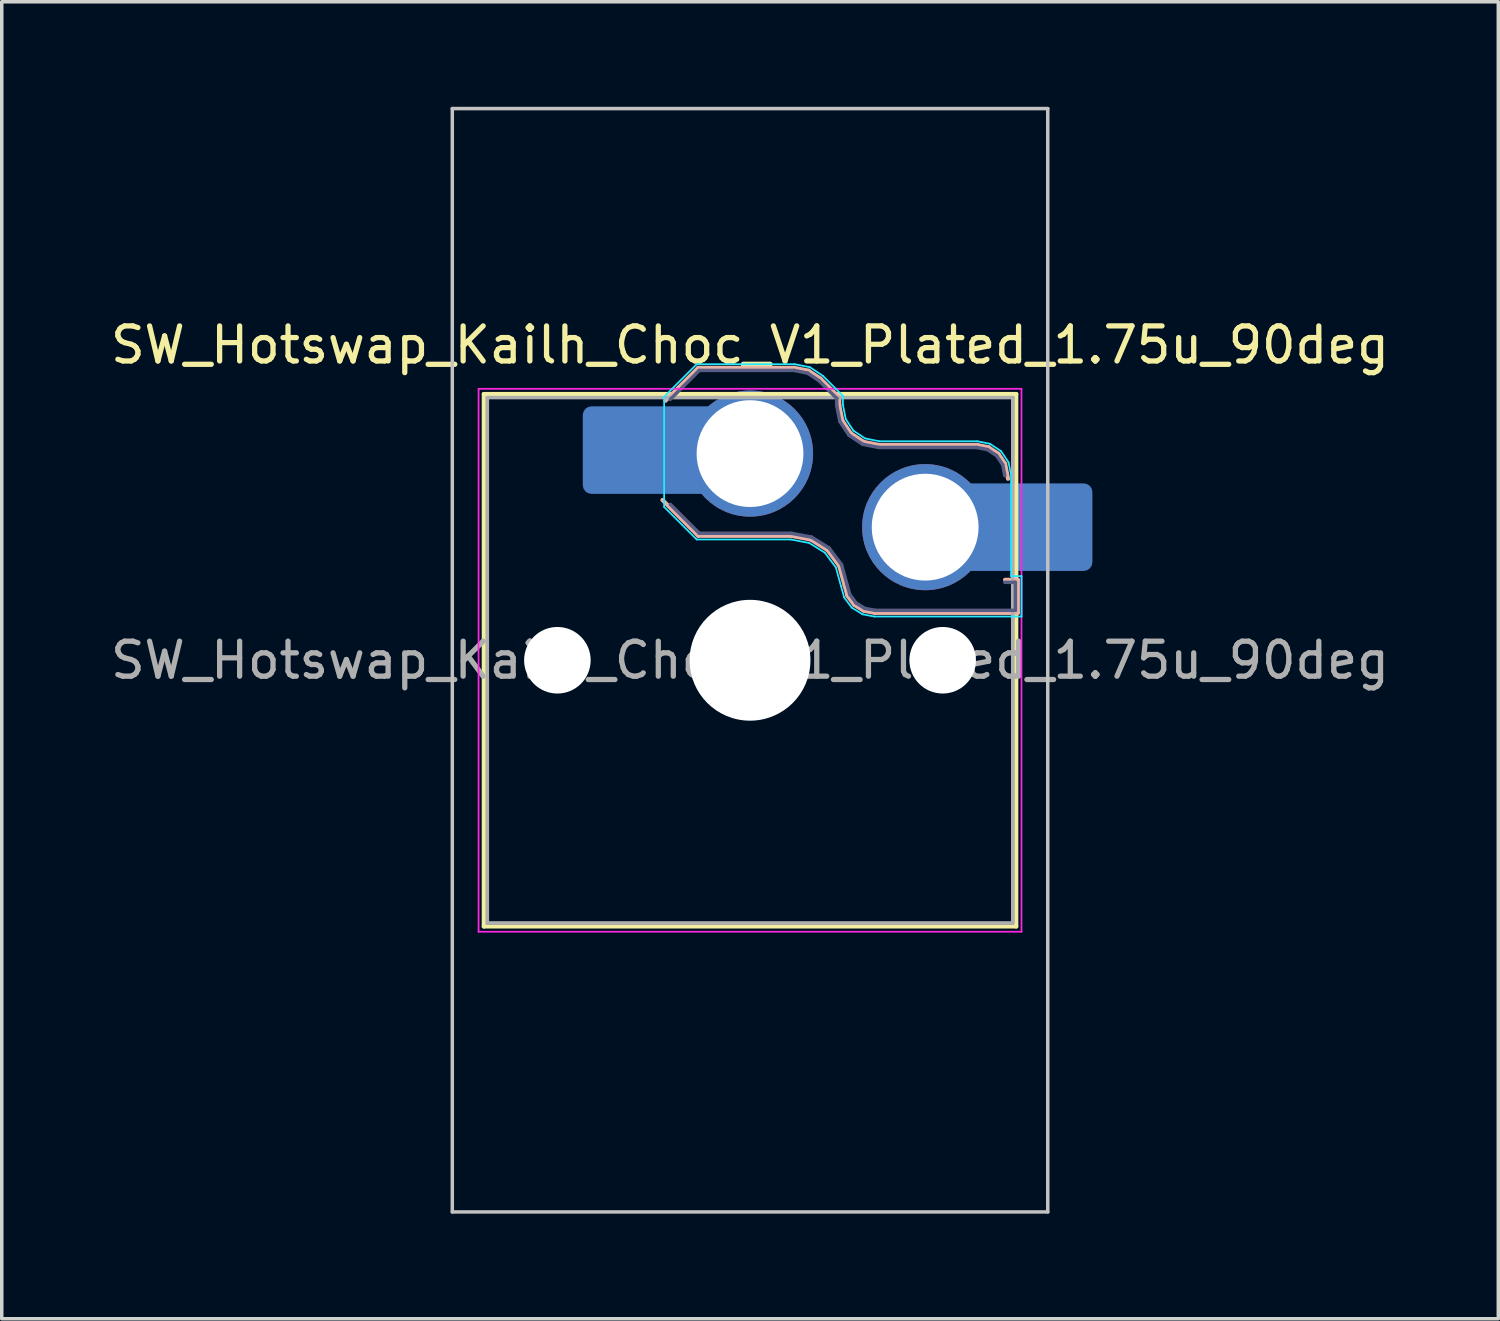
<source format=kicad_pcb>
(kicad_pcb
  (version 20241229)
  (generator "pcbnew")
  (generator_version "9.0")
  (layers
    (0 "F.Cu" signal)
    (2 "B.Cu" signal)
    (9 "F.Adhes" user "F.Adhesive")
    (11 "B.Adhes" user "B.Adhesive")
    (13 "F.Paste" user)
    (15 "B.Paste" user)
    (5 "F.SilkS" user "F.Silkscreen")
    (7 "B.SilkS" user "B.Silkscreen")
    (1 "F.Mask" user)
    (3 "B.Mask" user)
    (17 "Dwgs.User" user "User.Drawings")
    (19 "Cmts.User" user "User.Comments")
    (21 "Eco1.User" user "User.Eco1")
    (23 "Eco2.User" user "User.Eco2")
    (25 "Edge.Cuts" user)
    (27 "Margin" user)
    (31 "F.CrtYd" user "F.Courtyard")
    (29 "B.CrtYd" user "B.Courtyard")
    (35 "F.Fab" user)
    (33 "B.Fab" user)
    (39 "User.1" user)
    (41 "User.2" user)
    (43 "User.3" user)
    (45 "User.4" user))
  (footprint "SW_Hotswap_Kailh_Choc_V1_Plated_1.75u_90deg"
    (layer "F.Cu")
    (at 18.363 15.8)
    (property "Reference" "SW_Hotswap_Kailh_Choc_V1_Plated_1.75u_90deg" (at 0 -9 0) (layer "F.SilkS") (effects (font (size 1 1) (thickness 0.15))))
    (attr smd)
    (fp_line (start -7.6 -7.6) (end -7.6 7.6) (stroke (width 0.12) (type solid)) (layer "F.SilkS"))
    (fp_line (start -7.6 7.6) (end 7.6 7.6) (stroke (width 0.12) (type solid)) (layer "F.SilkS"))
    (fp_line (start 7.6 -7.6) (end -7.6 -7.6) (stroke (width 0.12) (type solid)) (layer "F.SilkS"))
    (fp_line (start 7.6 7.6) (end 7.6 -7.6) (stroke (width 0.12) (type solid)) (layer "F.SilkS"))
    (fp_line (start -2.416 -7.409) (end -1.479 -8.346) (stroke (width 0.12) (type solid)) (layer "B.SilkS"))
    (fp_line (start -1.479 -8.346) (end 1.268 -8.346) (stroke (width 0.12) (type solid)) (layer "B.SilkS"))
    (fp_line (start -1.479 -3.554) (end -2.5 -4.575) (stroke (width 0.12) (type solid)) (layer "B.SilkS"))
    (fp_line (start 1.168 -3.554) (end -1.479 -3.554) (stroke (width 0.12) (type solid)) (layer "B.SilkS"))
    (fp_line (start 1.268 -8.346) (end 1.671 -8.266) (stroke (width 0.12) (type solid)) (layer "B.SilkS"))
    (fp_line (start 1.671 -8.266) (end 2.013 -8.037) (stroke (width 0.12) (type solid)) (layer "B.SilkS"))
    (fp_line (start 1.73 -3.449) (end 1.168 -3.554) (stroke (width 0.12) (type solid)) (layer "B.SilkS"))
    (fp_line (start 2.013 -8.037) (end 2.546 -7.504) (stroke (width 0.12) (type solid)) (layer "B.SilkS"))
    (fp_line (start 2.209 -3.15) (end 1.73 -3.449) (stroke (width 0.12) (type solid)) (layer "B.SilkS"))
    (fp_line (start 2.546 -7.504) (end 2.546 -7.282) (stroke (width 0.12) (type solid)) (layer "B.SilkS"))
    (fp_line (start 2.546 -7.282) (end 2.633 -6.844) (stroke (width 0.12) (type solid)) (layer "B.SilkS"))
    (fp_line (start 2.547 -2.697) (end 2.209 -3.15) (stroke (width 0.12) (type solid)) (layer "B.SilkS"))
    (fp_line (start 2.633 -6.844) (end 2.877 -6.477) (stroke (width 0.12) (type solid)) (layer "B.SilkS"))
    (fp_line (start 2.701 -2.139) (end 2.547 -2.697) (stroke (width 0.12) (type solid)) (layer "B.SilkS"))
    (fp_line (start 2.783 -1.841) (end 2.701 -2.139) (stroke (width 0.12) (type solid)) (layer "B.SilkS"))
    (fp_line (start 2.877 -6.477) (end 3.244 -6.233) (stroke (width 0.12) (type solid)) (layer "B.SilkS"))
    (fp_line (start 2.976 -1.583) (end 2.783 -1.841) (stroke (width 0.12) (type solid)) (layer "B.SilkS"))
    (fp_line (start 3.244 -6.233) (end 3.682 -6.146) (stroke (width 0.12) (type solid)) (layer "B.SilkS"))
    (fp_line (start 3.25 -1.413) (end 2.976 -1.583) (stroke (width 0.12) (type solid)) (layer "B.SilkS"))
    (fp_line (start 3.56 -1.354) (end 3.25 -1.413) (stroke (width 0.12) (type solid)) (layer "B.SilkS"))
    (fp_line (start 3.682 -6.146) (end 6.482 -6.146) (stroke (width 0.12) (type solid)) (layer "B.SilkS"))
    (fp_line (start 6.482 -6.146) (end 6.809 -6.081) (stroke (width 0.12) (type solid)) (layer "B.SilkS"))
    (fp_line (start 6.809 -6.081) (end 7.092 -5.892) (stroke (width 0.12) (type solid)) (layer "B.SilkS"))
    (fp_line (start 7.092 -5.892) (end 7.281 -5.609) (stroke (width 0.12) (type solid)) (layer "B.SilkS"))
    (fp_line (start 7.281 -5.609) (end 7.366 -5.182) (stroke (width 0.12) (type solid)) (layer "B.SilkS"))
    (fp_line (start 7.283 -2.296) (end 7.646 -2.296) (stroke (width 0.12) (type solid)) (layer "B.SilkS"))
    (fp_line (start 7.646 -2.296) (end 7.646 -1.354) (stroke (width 0.12) (type solid)) (layer "B.SilkS"))
    (fp_line (start 7.646 -1.354) (end 3.56 -1.354) (stroke (width 0.12) (type solid)) (layer "B.SilkS"))
    (fp_line (start -8.5 -15.75) (end 8.5 -15.75) (stroke (width 0.1) (type solid)) (layer "Dwgs.User"))
    (fp_line (start -8.5 15.75) (end -8.5 -15.75) (stroke (width 0.1) (type solid)) (layer "Dwgs.User"))
    (fp_line (start 8.5 -15.75) (end 8.5 15.75) (stroke (width 0.1) (type solid)) (layer "Dwgs.User"))
    (fp_line (start 8.5 15.75) (end -8.5 15.75) (stroke (width 0.1) (type solid)) (layer "Dwgs.User"))
    (fp_line (start -7.25 -7.25) (end -7.25 7.25) (stroke (width 0.1) (type solid)) (layer "Eco1.User"))
    (fp_line (start -7.25 7.25) (end 7.25 7.25) (stroke (width 0.1) (type solid)) (layer "Eco1.User"))
    (fp_line (start 7.25 -7.25) (end -7.25 -7.25) (stroke (width 0.1) (type solid)) (layer "Eco1.User"))
    (fp_line (start 7.25 7.25) (end 7.25 -7.25) (stroke (width 0.1) (type solid)) (layer "Eco1.User"))
    (fp_line (start -2.452 -7.523) (end -1.523 -8.452) (stroke (width 0.05) (type solid)) (layer "B.CrtYd"))
    (fp_line (start -2.452 -4.377) (end -2.452 -7.523) (stroke (width 0.05) (type solid)) (layer "B.CrtYd"))
    (fp_line (start -1.523 -8.452) (end 1.278 -8.452) (stroke (width 0.05) (type solid)) (layer "B.CrtYd"))
    (fp_line (start -1.523 -3.448) (end -2.452 -4.377) (stroke (width 0.05) (type solid)) (layer "B.CrtYd"))
    (fp_line (start 1.159 -3.448) (end -1.523 -3.448) (stroke (width 0.05) (type solid)) (layer "B.CrtYd"))
    (fp_line (start 1.278 -8.452) (end 1.712 -8.366) (stroke (width 0.05) (type solid)) (layer "B.CrtYd"))
    (fp_line (start 1.691 -3.348) (end 1.159 -3.448) (stroke (width 0.05) (type solid)) (layer "B.CrtYd"))
    (fp_line (start 1.712 -8.366) (end 2.081 -8.119) (stroke (width 0.05) (type solid)) (layer "B.CrtYd"))
    (fp_line (start 2.081 -8.119) (end 2.652 -7.548) (stroke (width 0.05) (type solid)) (layer "B.CrtYd"))
    (fp_line (start 2.136 -3.071) (end 1.691 -3.348) (stroke (width 0.05) (type solid)) (layer "B.CrtYd"))
    (fp_line (start 2.45 -2.65) (end 2.136 -3.071) (stroke (width 0.05) (type solid)) (layer "B.CrtYd"))
    (fp_line (start 2.599 -2.111) (end 2.45 -2.65) (stroke (width 0.05) (type solid)) (layer "B.CrtYd"))
    (fp_line (start 2.652 -7.548) (end 2.652 -7.292) (stroke (width 0.05) (type solid)) (layer "B.CrtYd"))
    (fp_line (start 2.652 -7.292) (end 2.733 -6.885) (stroke (width 0.05) (type solid)) (layer "B.CrtYd"))
    (fp_line (start 2.687 -1.794) (end 2.599 -2.111) (stroke (width 0.05) (type solid)) (layer "B.CrtYd"))
    (fp_line (start 2.733 -6.885) (end 2.953 -6.553) (stroke (width 0.05) (type solid)) (layer "B.CrtYd"))
    (fp_line (start 2.903 -1.503) (end 2.687 -1.794) (stroke (width 0.05) (type solid)) (layer "B.CrtYd"))
    (fp_line (start 2.953 -6.553) (end 3.285 -6.333) (stroke (width 0.05) (type solid)) (layer "B.CrtYd"))
    (fp_line (start 3.211 -1.312) (end 2.903 -1.503) (stroke (width 0.05) (type solid)) (layer "B.CrtYd"))
    (fp_line (start 3.285 -6.333) (end 3.692 -6.252) (stroke (width 0.05) (type solid)) (layer "B.CrtYd"))
    (fp_line (start 3.55 -1.248) (end 3.211 -1.312) (stroke (width 0.05) (type solid)) (layer "B.CrtYd"))
    (fp_line (start 3.692 -6.252) (end 6.492 -6.252) (stroke (width 0.05) (type solid)) (layer "B.CrtYd"))
    (fp_line (start 6.492 -6.252) (end 6.85 -6.181) (stroke (width 0.05) (type solid)) (layer "B.CrtYd"))
    (fp_line (start 6.85 -6.181) (end 7.168 -5.968) (stroke (width 0.05) (type solid)) (layer "B.CrtYd"))
    (fp_line (start 7.168 -5.968) (end 7.381 -5.65) (stroke (width 0.05) (type solid)) (layer "B.CrtYd"))
    (fp_line (start 7.381 -5.65) (end 7.452 -5.292) (stroke (width 0.05) (type solid)) (layer "B.CrtYd"))
    (fp_line (start 7.452 -5.292) (end 7.452 -2.402) (stroke (width 0.05) (type solid)) (layer "B.CrtYd"))
    (fp_line (start 7.452 -2.402) (end 7.752 -2.402) (stroke (width 0.05) (type solid)) (layer "B.CrtYd"))
    (fp_line (start 7.752 -2.402) (end 7.752 -1.248) (stroke (width 0.05) (type solid)) (layer "B.CrtYd"))
    (fp_line (start 7.752 -1.248) (end 3.55 -1.248) (stroke (width 0.05) (type solid)) (layer "B.CrtYd"))
    (fp_line (start -7.75 -7.75) (end -7.75 7.75) (stroke (width 0.05) (type solid)) (layer "F.CrtYd"))
    (fp_line (start -7.75 7.75) (end 7.75 7.75) (stroke (width 0.05) (type solid)) (layer "F.CrtYd"))
    (fp_line (start 7.75 -7.75) (end -7.75 -7.75) (stroke (width 0.05) (type solid)) (layer "F.CrtYd"))
    (fp_line (start 7.75 7.75) (end 7.75 -7.75) (stroke (width 0.05) (type solid)) (layer "F.CrtYd"))
    (fp_line (start -2.275 -7.45) (end -1.45 -8.275) (stroke (width 0.1) (type solid)) (layer "B.Fab"))
    (fp_line (start -1.45 -8.275) (end 1.261 -8.275) (stroke (width 0.1) (type solid)) (layer "B.Fab"))
    (fp_line (start -1.45 -3.625) (end -2.275 -4.45) (stroke (width 0.1) (type solid)) (layer "B.Fab"))
    (fp_line (start 1.175 -3.625) (end -1.45 -3.625) (stroke (width 0.1) (type solid)) (layer "B.Fab"))
    (fp_line (start 1.261 -8.275) (end 1.643 -8.199) (stroke (width 0.1) (type solid)) (layer "B.Fab"))
    (fp_line (start 1.643 -8.199) (end 1.968 -7.982) (stroke (width 0.1) (type solid)) (layer "B.Fab"))
    (fp_line (start 1.756 -3.516) (end 1.175 -3.625) (stroke (width 0.1) (type solid)) (layer "B.Fab"))
    (fp_line (start 1.968 -7.982) (end 2.475 -7.475) (stroke (width 0.1) (type solid)) (layer "B.Fab"))
    (fp_line (start 2.258 -3.203) (end 1.756 -3.516) (stroke (width 0.1) (type solid)) (layer "B.Fab"))
    (fp_line (start 2.475 -7.475) (end 2.475 -7.275) (stroke (width 0.1) (type solid)) (layer "B.Fab"))
    (fp_line (start 2.475 -7.275) (end 2.566 -6.816) (stroke (width 0.1) (type solid)) (layer "B.Fab"))
    (fp_line (start 2.566 -6.816) (end 2.826 -6.426) (stroke (width 0.1) (type solid)) (layer "B.Fab"))
    (fp_line (start 2.612 -2.729) (end 2.258 -3.203) (stroke (width 0.1) (type solid)) (layer "B.Fab"))
    (fp_line (start 2.769 -2.158) (end 2.612 -2.729) (stroke (width 0.1) (type solid)) (layer "B.Fab"))
    (fp_line (start 2.826 -6.426) (end 3.216 -6.166) (stroke (width 0.1) (type solid)) (layer "B.Fab"))
    (fp_line (start 2.848 -1.873) (end 2.769 -2.158) (stroke (width 0.1) (type solid)) (layer "B.Fab"))
    (fp_line (start 3.025 -1.636) (end 2.848 -1.873) (stroke (width 0.1) (type solid)) (layer "B.Fab"))
    (fp_line (start 3.216 -6.166) (end 3.675 -6.075) (stroke (width 0.1) (type solid)) (layer "B.Fab"))
    (fp_line (start 3.276 -1.48) (end 3.025 -1.636) (stroke (width 0.1) (type solid)) (layer "B.Fab"))
    (fp_line (start 3.567 -1.425) (end 3.276 -1.48) (stroke (width 0.1) (type solid)) (layer "B.Fab"))
    (fp_line (start 3.675 -6.075) (end 6.475 -6.075) (stroke (width 0.1) (type solid)) (layer "B.Fab"))
    (fp_line (start 6.475 -6.075) (end 6.781 -6.014) (stroke (width 0.1) (type solid)) (layer "B.Fab"))
    (fp_line (start 6.781 -6.014) (end 7.041 -5.841) (stroke (width 0.1) (type solid)) (layer "B.Fab"))
    (fp_line (start 7.041 -5.841) (end 7.214 -5.581) (stroke (width 0.1) (type solid)) (layer "B.Fab"))
    (fp_line (start 7.214 -5.581) (end 7.275 -5.275) (stroke (width 0.1) (type solid)) (layer "B.Fab"))
    (fp_line (start 7.275 -2.225) (end 7.575 -2.225) (stroke (width 0.1) (type solid)) (layer "B.Fab"))
    (fp_line (start 7.575 -2.225) (end 7.575 -1.425) (stroke (width 0.1) (type solid)) (layer "B.Fab"))
    (fp_line (start 7.575 -1.425) (end 3.567 -1.425) (stroke (width 0.1) (type solid)) (layer "B.Fab"))
    (fp_line (start -7.5 -7.5) (end -7.5 7.5) (stroke (width 0.1) (type solid)) (layer "F.Fab"))
    (fp_line (start -7.5 7.5) (end 7.5 7.5) (stroke (width 0.1) (type solid)) (layer "F.Fab"))
    (fp_line (start 7.5 -7.5) (end -7.5 -7.5) (stroke (width 0.1) (type solid)) (layer "F.Fab"))
    (fp_line (start 7.5 7.5) (end 7.5 -7.5) (stroke (width 0.1) (type solid)) (layer "F.Fab"))
    (fp_text user "${REFERENCE}" (at 0 0 0) (layer "F.Fab") (effects (font (size 1 1) (thickness 0.15))))
    (pad "" np_thru_hole circle (at -5.5 0) (size 1.9 1.9) (drill 1.9) (layers "*.Cu" "*.Mask"))
    (pad "" smd roundrect (at -3.5 -6) (size 2.55 2.5) (layers "B.Mask" "B.Paste") (roundrect_rratio 0.1))
    (pad "" np_thru_hole circle (at 0 0) (size 3.45 3.45) (drill 3.45) (layers "*.Cu" "*.Mask"))
    (pad "" np_thru_hole circle (at 5.5 0) (size 1.9 1.9) (drill 1.9) (layers "*.Cu" "*.Mask"))
    (pad "" smd roundrect (at 8.5 -3.8) (size 2.55 2.5) (layers "B.Mask" "B.Paste") (roundrect_rratio 0.1))
    (pad "1" smd roundrect (at -2.85 -6) (size 3.85 2.5) (layers "B.Cu") (roundrect_rratio 0.1))
    (pad "1" thru_hole circle (at 0 -5.9) (size 3.6 3.6) (drill 3.05) (layers "*.Cu" "*.Mask"))
    (pad "2" thru_hole circle (at 5 -3.8) (size 3.6 3.6) (drill 3.05) (layers "*.Cu" "*.Mask"))
    (pad "2" smd roundrect (at 7.85 -3.8) (size 3.85 2.5) (layers "B.Cu") (roundrect_rratio 0.1)))
  (gr_rect
    (start -3 -3)
    (end 39.726 34.6)
    (stroke (width 0.1) (type default))
    (fill no)
    (layer "Edge.Cuts")))
</source>
